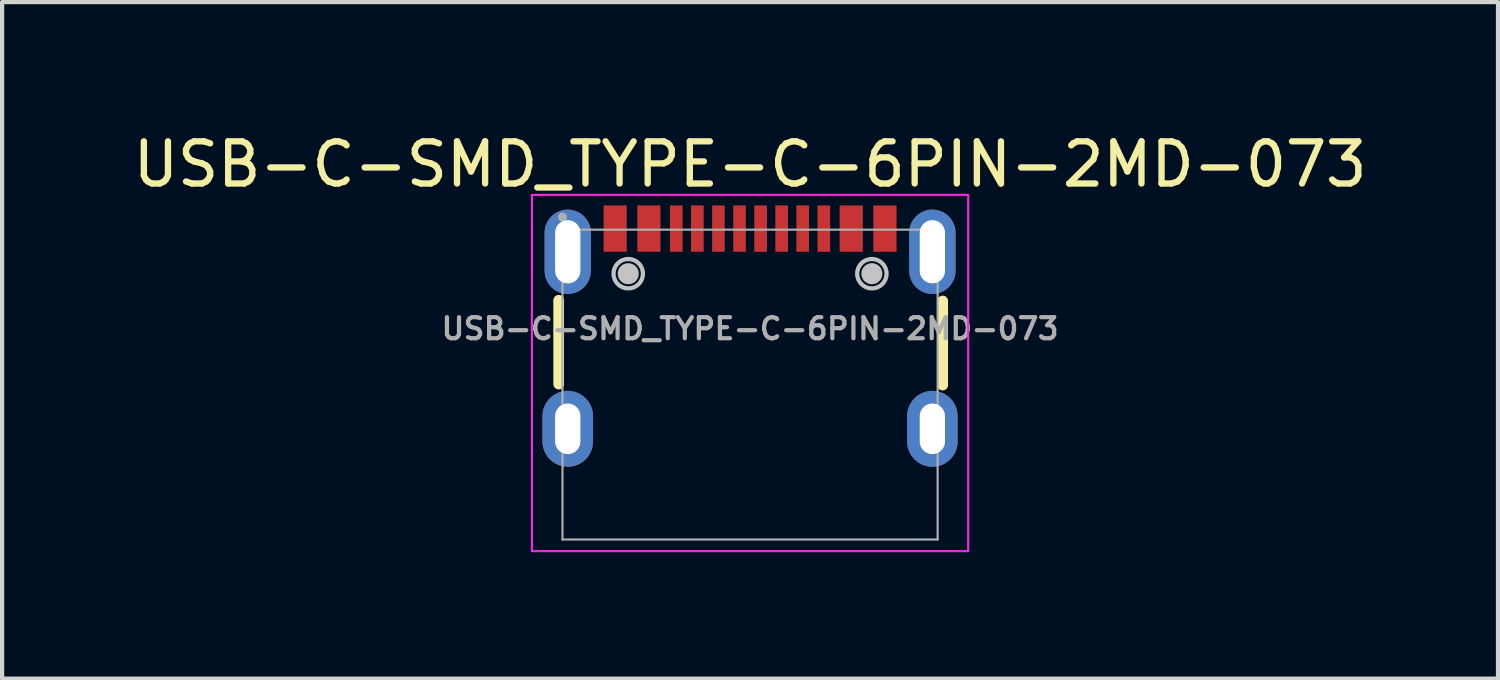
<source format=kicad_pcb>
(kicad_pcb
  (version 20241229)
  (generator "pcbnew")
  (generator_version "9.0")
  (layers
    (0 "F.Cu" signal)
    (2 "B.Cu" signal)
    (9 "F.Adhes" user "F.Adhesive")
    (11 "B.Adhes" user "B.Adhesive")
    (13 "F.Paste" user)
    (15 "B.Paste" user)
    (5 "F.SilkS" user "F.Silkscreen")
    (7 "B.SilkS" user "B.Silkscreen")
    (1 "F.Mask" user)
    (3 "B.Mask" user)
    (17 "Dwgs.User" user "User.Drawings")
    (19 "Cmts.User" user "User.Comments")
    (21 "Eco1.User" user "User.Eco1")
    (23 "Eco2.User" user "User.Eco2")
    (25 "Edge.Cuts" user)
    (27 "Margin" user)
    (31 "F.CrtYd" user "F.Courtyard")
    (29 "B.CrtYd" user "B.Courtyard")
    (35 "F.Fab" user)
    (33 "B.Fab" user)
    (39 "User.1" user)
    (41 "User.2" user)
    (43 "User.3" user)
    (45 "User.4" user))
  (footprint "USB-C-SMD_TYPE-C-6PIN-2MD-073"
    (layer "F.Cu")
    (at 14.744 4.748)
    (property "Reference" "USB-C-SMD_TYPE-C-6PIN-2MD-073" (at 0 -3.9 0) (layer "F.SilkS") (effects (font (size 1 1) (thickness 0.15))))
    (fp_line (start -4.54 1.314) (end -4.54 -0.674) (stroke (width 0.254) (type default)) (layer "F.SilkS"))
    (fp_line (start 4.57 1.337) (end 4.57 -0.657) (stroke (width 0.254) (type default)) (layer "F.SilkS"))
    (fp_poly (pts (xy -3.5 -2.925) (xy -3.5 -1.825) (xy -2.9 -1.825) (xy -2.9 -2.925)) (stroke (width 0) (type default)) (fill yes) (layer "F.Paste"))
    (fp_poly (pts (xy -2.7 -2.925) (xy -2.7 -1.825) (xy -2.1 -1.825) (xy -2.1 -2.925)) (stroke (width 0) (type default)) (fill yes) (layer "F.Paste"))
    (fp_poly (pts (xy -1.6 -1.825) (xy -1.6 -2.925) (xy -1.9 -2.925) (xy -1.9 -1.825)) (stroke (width 0) (type default)) (fill yes) (layer "F.Paste"))
    (fp_poly (pts (xy -1.1 -1.825) (xy -1.1 -2.925) (xy -1.4 -2.925) (xy -1.4 -1.825)) (stroke (width 0) (type default)) (fill yes) (layer "F.Paste"))
    (fp_poly (pts (xy -0.6 -1.825) (xy -0.6 -2.925) (xy -0.9 -2.925) (xy -0.9 -1.825)) (stroke (width 0) (type default)) (fill yes) (layer "F.Paste"))
    (fp_poly (pts (xy -0.1 -1.825) (xy -0.1 -2.925) (xy -0.4 -2.925) (xy -0.4 -1.825)) (stroke (width 0) (type default)) (fill yes) (layer "F.Paste"))
    (fp_poly (pts (xy 0.4 -1.825) (xy 0.4 -2.925) (xy 0.1 -2.925) (xy 0.1 -1.825)) (stroke (width 0) (type default)) (fill yes) (layer "F.Paste"))
    (fp_poly (pts (xy 0.9 -1.825) (xy 0.9 -2.925) (xy 0.6 -2.925) (xy 0.6 -1.825)) (stroke (width 0) (type default)) (fill yes) (layer "F.Paste"))
    (fp_poly (pts (xy 1.4 -1.825) (xy 1.4 -2.925) (xy 1.1 -2.925) (xy 1.1 -1.825)) (stroke (width 0) (type default)) (fill yes) (layer "F.Paste"))
    (fp_poly (pts (xy 1.6 -2.925) (xy 1.6 -1.825) (xy 1.9 -1.825) (xy 1.9 -2.925)) (stroke (width 0) (type default)) (fill yes) (layer "F.Paste"))
    (fp_poly (pts (xy 2.1 -2.925) (xy 2.1 -1.825) (xy 2.7 -1.825) (xy 2.7 -2.925)) (stroke (width 0) (type default)) (fill yes) (layer "F.Paste"))
    (fp_poly (pts (xy 3.5 -1.825) (xy 3.5 -2.925) (xy 2.9 -2.925) (xy 2.9 -1.825)) (stroke (width 0) (type default)) (fill yes) (layer "F.Paste"))
    (fp_poly (pts (xy -4.34 -2.825) (xy -4.37 -2.824) (xy -4.399 -2.821) (xy -4.429 -2.816) (xy -4.458 -2.81) (xy -4.487 -2.803) (xy -4.516 -2.794) (xy -4.544 -2.784) (xy -4.572 -2.772) (xy -4.598 -2.759) (xy -4.625 -2.744) (xy -4.651 -2.729) (xy -4.675 -2.712) (xy -4.699 -2.694) (xy -4.722 -2.675) (xy -4.744 -2.655) (xy -4.765 -2.633) (xy -4.785 -2.611) (xy -4.803 -2.587) (xy -4.821 -2.563) (xy -4.837 -2.538) (xy -4.852 -2.512) (xy -4.865 -2.486) (xy -4.878 -2.458) (xy -4.889 -2.43) (xy -4.899 -2.402) (xy -4.907 -2.373) (xy -4.913 -2.344) (xy -4.918 -2.314) (xy -4.922 -2.285) (xy -4.924 -2.255) (xy -4.925 -2.225) (xy -4.925 -1.425) (xy -4.924 -1.395) (xy -4.922 -1.365) (xy -4.918 -1.335) (xy -4.913 -1.306) (xy -4.907 -1.277) (xy -4.899 -1.248) (xy -4.889 -1.22) (xy -4.878 -1.192) (xy -4.865 -1.165) (xy -4.852 -1.138) (xy -4.837 -1.113) (xy -4.821 -1.087) (xy -4.803 -1.063) (xy -4.785 -1.04) (xy -4.765 -1.017) (xy -4.744 -0.996) (xy -4.722 -0.976) (xy -4.699 -0.956) (xy -4.675 -0.938) (xy -4.651 -0.921) (xy -4.625 -0.905) (xy -4.598 -0.891) (xy -4.572 -0.878) (xy -4.544 -0.867) (xy -4.516 -0.857) (xy -4.487 -0.848) (xy -4.458 -0.84) (xy -4.429 -0.834) (xy -4.399 -0.83) (xy -4.37 -0.827) (xy -4.34 -0.826) (xy -4.31 -0.826) (xy -4.28 -0.827) (xy -4.25 -0.83) (xy -4.221 -0.834) (xy -4.191 -0.84) (xy -4.162 -0.848) (xy -4.134 -0.857) (xy -4.106 -0.867) (xy -4.078 -0.878) (xy -4.051 -0.891) (xy -4.025 -0.905) (xy -3.999 -0.921) (xy -3.974 -0.938) (xy -3.951 -0.956) (xy -3.928 -0.976) (xy -3.906 -0.996) (xy -3.885 -1.017) (xy -3.865 -1.04) (xy -3.846 -1.063) (xy -3.829 -1.087) (xy -3.813 -1.113) (xy -3.798 -1.138) (xy -3.784 -1.165) (xy -3.772 -1.192) (xy -3.761 -1.22) (xy -3.752 -1.248) (xy -3.744 -1.277) (xy -3.737 -1.306) (xy -3.732 -1.335) (xy -3.728 -1.365) (xy -3.725 -1.395) (xy -3.725 -1.425) (xy -3.725 -2.225) (xy -3.725 -2.255) (xy -3.728 -2.285) (xy -3.732 -2.314) (xy -3.737 -2.344) (xy -3.744 -2.373) (xy -3.752 -2.402) (xy -3.761 -2.43) (xy -3.772 -2.458) (xy -3.784 -2.486) (xy -3.798 -2.512) (xy -3.813 -2.538) (xy -3.829 -2.563) (xy -3.846 -2.587) (xy -3.865 -2.611) (xy -3.885 -2.633) (xy -3.906 -2.655) (xy -3.928 -2.675) (xy -3.951 -2.694) (xy -3.974 -2.712) (xy -3.999 -2.729) (xy -4.025 -2.744) (xy -4.051 -2.759) (xy -4.078 -2.772) (xy -4.106 -2.784) (xy -4.134 -2.794) (xy -4.162 -2.803) (xy -4.191 -2.81) (xy -4.221 -2.816) (xy -4.25 -2.821) (xy -4.28 -2.824) (xy -4.31 -2.825)) (stroke (width 0) (type default)) (fill yes) (layer "F.Paste"))
    (fp_poly (pts (xy -4.28 1.627) (xy -4.31 1.625) (xy -4.34 1.625) (xy -4.37 1.627) (xy -4.399 1.629) (xy -4.429 1.634) (xy -4.458 1.64) (xy -4.487 1.647) (xy -4.516 1.657) (xy -4.544 1.667) (xy -4.572 1.678) (xy -4.598 1.691) (xy -4.625 1.706) (xy -4.651 1.721) (xy -4.675 1.738) (xy -4.699 1.756) (xy -4.722 1.775) (xy -4.744 1.796) (xy -4.765 1.817) (xy -4.785 1.839) (xy -4.803 1.863) (xy -4.821 1.887) (xy -4.837 1.912) (xy -4.852 1.938) (xy -4.865 1.964) (xy -4.878 1.992) (xy -4.889 2.02) (xy -4.899 2.048) (xy -4.907 2.077) (xy -4.913 2.106) (xy -4.918 2.135) (xy -4.922 2.166) (xy -4.924 2.195) (xy -4.925 2.225) (xy -4.925 2.525) (xy -4.924 2.555) (xy -4.922 2.585) (xy -4.918 2.615) (xy -4.913 2.644) (xy -4.907 2.673) (xy -4.899 2.702) (xy -4.889 2.73) (xy -4.878 2.758) (xy -4.865 2.785) (xy -4.852 2.812) (xy -4.837 2.838) (xy -4.821 2.863) (xy -4.803 2.888) (xy -4.785 2.91) (xy -4.765 2.933) (xy -4.744 2.954) (xy -4.722 2.975) (xy -4.699 2.994) (xy -4.675 3.012) (xy -4.651 3.029) (xy -4.625 3.045) (xy -4.598 3.059) (xy -4.572 3.072) (xy -4.544 3.083) (xy -4.516 3.094) (xy -4.487 3.103) (xy -4.458 3.11) (xy -4.429 3.116) (xy -4.399 3.12) (xy -4.37 3.123) (xy -4.34 3.125) (xy -4.31 3.125) (xy -4.28 3.123) (xy -4.25 3.12) (xy -4.221 3.116) (xy -4.191 3.11) (xy -4.162 3.103) (xy -4.134 3.094) (xy -4.106 3.083) (xy -4.078 3.072) (xy -4.051 3.059) (xy -4.025 3.045) (xy -3.999 3.029) (xy -3.974 3.012) (xy -3.951 2.994) (xy -3.928 2.975) (xy -3.906 2.954) (xy -3.885 2.933) (xy -3.865 2.91) (xy -3.846 2.888) (xy -3.829 2.863) (xy -3.813 2.838) (xy -3.798 2.812) (xy -3.784 2.785) (xy -3.772 2.758) (xy -3.761 2.73) (xy -3.752 2.702) (xy -3.744 2.673) (xy -3.737 2.644) (xy -3.732 2.615) (xy -3.728 2.585) (xy -3.725 2.555) (xy -3.725 2.525) (xy -3.725 2.225) (xy -3.725 2.195) (xy -3.728 2.166) (xy -3.732 2.135) (xy -3.737 2.106) (xy -3.744 2.077) (xy -3.752 2.048) (xy -3.761 2.02) (xy -3.772 1.992) (xy -3.784 1.964) (xy -3.798 1.938) (xy -3.813 1.912) (xy -3.829 1.887) (xy -3.846 1.863) (xy -3.865 1.839) (xy -3.885 1.817) (xy -3.906 1.796) (xy -3.928 1.775) (xy -3.951 1.756) (xy -3.974 1.738) (xy -3.999 1.721) (xy -4.025 1.706) (xy -4.051 1.691) (xy -4.078 1.678) (xy -4.106 1.667) (xy -4.134 1.657) (xy -4.162 1.647) (xy -4.191 1.64) (xy -4.221 1.634) (xy -4.25 1.629)) (stroke (width 0) (type default)) (fill yes) (layer "F.Paste"))
    (fp_poly (pts (xy 4.31 1.625) (xy 4.28 1.627) (xy 4.25 1.629) (xy 4.221 1.634) (xy 4.191 1.64) (xy 4.162 1.647) (xy 4.134 1.657) (xy 4.106 1.667) (xy 4.078 1.678) (xy 4.051 1.691) (xy 4.025 1.706) (xy 3.999 1.721) (xy 3.974 1.738) (xy 3.951 1.756) (xy 3.928 1.775) (xy 3.906 1.796) (xy 3.885 1.817) (xy 3.865 1.839) (xy 3.846 1.863) (xy 3.829 1.887) (xy 3.813 1.912) (xy 3.798 1.938) (xy 3.784 1.964) (xy 3.772 1.992) (xy 3.761 2.02) (xy 3.752 2.048) (xy 3.744 2.077) (xy 3.737 2.106) (xy 3.732 2.135) (xy 3.728 2.166) (xy 3.725 2.195) (xy 3.725 2.225) (xy 3.725 2.525) (xy 3.725 2.555) (xy 3.728 2.585) (xy 3.732 2.615) (xy 3.737 2.644) (xy 3.744 2.673) (xy 3.752 2.702) (xy 3.761 2.73) (xy 3.772 2.758) (xy 3.784 2.785) (xy 3.798 2.812) (xy 3.813 2.838) (xy 3.829 2.863) (xy 3.846 2.888) (xy 3.865 2.91) (xy 3.885 2.933) (xy 3.906 2.954) (xy 3.928 2.975) (xy 3.951 2.994) (xy 3.974 3.012) (xy 3.999 3.029) (xy 4.025 3.045) (xy 4.051 3.059) (xy 4.078 3.072) (xy 4.106 3.083) (xy 4.134 3.094) (xy 4.162 3.103) (xy 4.191 3.11) (xy 4.221 3.116) (xy 4.25 3.12) (xy 4.28 3.123) (xy 4.31 3.125) (xy 4.34 3.125) (xy 4.37 3.123) (xy 4.399 3.12) (xy 4.429 3.116) (xy 4.458 3.11) (xy 4.487 3.103) (xy 4.516 3.094) (xy 4.544 3.083) (xy 4.572 3.072) (xy 4.598 3.059) (xy 4.625 3.045) (xy 4.651 3.029) (xy 4.675 3.012) (xy 4.699 2.994) (xy 4.722 2.975) (xy 4.744 2.954) (xy 4.765 2.933) (xy 4.785 2.91) (xy 4.803 2.888) (xy 4.821 2.863) (xy 4.837 2.838) (xy 4.852 2.812) (xy 4.865 2.785) (xy 4.878 2.758) (xy 4.889 2.73) (xy 4.899 2.702) (xy 4.907 2.673) (xy 4.913 2.644) (xy 4.918 2.615) (xy 4.922 2.585) (xy 4.924 2.555) (xy 4.925 2.525) (xy 4.925 2.225) (xy 4.924 2.195) (xy 4.922 2.166) (xy 4.918 2.135) (xy 4.913 2.106) (xy 4.907 2.077) (xy 4.899 2.048) (xy 4.889 2.02) (xy 4.878 1.992) (xy 4.865 1.964) (xy 4.852 1.938) (xy 4.837 1.912) (xy 4.821 1.887) (xy 4.803 1.863) (xy 4.785 1.839) (xy 4.765 1.817) (xy 4.744 1.796) (xy 4.722 1.775) (xy 4.699 1.756) (xy 4.675 1.738) (xy 4.651 1.721) (xy 4.625 1.706) (xy 4.598 1.691) (xy 4.572 1.678) (xy 4.544 1.667) (xy 4.516 1.657) (xy 4.487 1.647) (xy 4.458 1.64) (xy 4.429 1.634) (xy 4.399 1.629) (xy 4.37 1.627) (xy 4.34 1.625)) (stroke (width 0) (type default)) (fill yes) (layer "F.Paste"))
    (fp_poly (pts (xy 4.37 -2.824) (xy 4.34 -2.825) (xy 4.31 -2.825) (xy 4.28 -2.824) (xy 4.25 -2.821) (xy 4.221 -2.816) (xy 4.191 -2.81) (xy 4.162 -2.803) (xy 4.134 -2.794) (xy 4.106 -2.784) (xy 4.078 -2.772) (xy 4.051 -2.759) (xy 4.025 -2.744) (xy 3.999 -2.729) (xy 3.974 -2.712) (xy 3.951 -2.694) (xy 3.928 -2.675) (xy 3.906 -2.655) (xy 3.885 -2.633) (xy 3.865 -2.611) (xy 3.846 -2.587) (xy 3.829 -2.563) (xy 3.813 -2.538) (xy 3.798 -2.512) (xy 3.784 -2.486) (xy 3.772 -2.458) (xy 3.761 -2.43) (xy 3.752 -2.402) (xy 3.744 -2.373) (xy 3.737 -2.344) (xy 3.732 -2.314) (xy 3.728 -2.285) (xy 3.725 -2.255) (xy 3.725 -2.225) (xy 3.725 -1.425) (xy 3.725 -1.395) (xy 3.728 -1.365) (xy 3.732 -1.335) (xy 3.737 -1.306) (xy 3.744 -1.277) (xy 3.752 -1.248) (xy 3.761 -1.22) (xy 3.772 -1.192) (xy 3.784 -1.165) (xy 3.798 -1.138) (xy 3.813 -1.113) (xy 3.829 -1.087) (xy 3.846 -1.063) (xy 3.865 -1.04) (xy 3.885 -1.017) (xy 3.906 -0.996) (xy 3.928 -0.976) (xy 3.951 -0.956) (xy 3.974 -0.938) (xy 3.999 -0.921) (xy 4.025 -0.905) (xy 4.051 -0.891) (xy 4.078 -0.878) (xy 4.106 -0.867) (xy 4.134 -0.857) (xy 4.162 -0.848) (xy 4.191 -0.84) (xy 4.221 -0.834) (xy 4.25 -0.83) (xy 4.28 -0.827) (xy 4.31 -0.826) (xy 4.34 -0.826) (xy 4.37 -0.827) (xy 4.399 -0.83) (xy 4.429 -0.834) (xy 4.458 -0.84) (xy 4.487 -0.848) (xy 4.516 -0.857) (xy 4.544 -0.867) (xy 4.572 -0.878) (xy 4.598 -0.891) (xy 4.625 -0.905) (xy 4.651 -0.921) (xy 4.675 -0.938) (xy 4.699 -0.956) (xy 4.722 -0.976) (xy 4.744 -0.996) (xy 4.765 -1.017) (xy 4.785 -1.04) (xy 4.803 -1.063) (xy 4.821 -1.087) (xy 4.837 -1.113) (xy 4.852 -1.138) (xy 4.865 -1.165) (xy 4.878 -1.192) (xy 4.889 -1.22) (xy 4.899 -1.248) (xy 4.907 -1.277) (xy 4.913 -1.306) (xy 4.918 -1.335) (xy 4.922 -1.365) (xy 4.924 -1.395) (xy 4.925 -1.425) (xy 4.925 -2.225) (xy 4.924 -2.255) (xy 4.922 -2.285) (xy 4.918 -2.314) (xy 4.913 -2.344) (xy 4.907 -2.373) (xy 4.899 -2.402) (xy 4.889 -2.43) (xy 4.878 -2.458) (xy 4.865 -2.486) (xy 4.852 -2.512) (xy 4.837 -2.538) (xy 4.821 -2.563) (xy 4.803 -2.587) (xy 4.785 -2.611) (xy 4.765 -2.633) (xy 4.744 -2.655) (xy 4.722 -2.675) (xy 4.699 -2.694) (xy 4.675 -2.712) (xy 4.651 -2.729) (xy 4.625 -2.744) (xy 4.598 -2.759) (xy 4.572 -2.772) (xy 4.544 -2.784) (xy 4.516 -2.794) (xy 4.487 -2.803) (xy 4.458 -2.81) (xy 4.429 -2.816) (xy 4.399 -2.821)) (stroke (width 0) (type default)) (fill yes) (layer "F.Paste"))
    (fp_circle (center -2.89 -1.305) (end -2.765 -1.305) (stroke (width 0.25) (type default)) (fill no) (layer "Dwgs.User"))
    (fp_circle (center 2.89 -1.305) (end 3.015 -1.305) (stroke (width 0.25) (type default)) (fill no) (layer "Dwgs.User"))
    (fp_poly (pts (xy -2.543 -1.351) (xy -2.567 -1.439) (xy -2.612 -1.518) (xy -2.677 -1.583) (xy -2.756 -1.628) (xy -2.844 -1.652) (xy -2.936 -1.652) (xy -3.024 -1.628) (xy -3.103 -1.583) (xy -3.168 -1.518) (xy -3.213 -1.439) (xy -3.237 -1.351) (xy -3.237 -1.259) (xy -3.213 -1.171) (xy -3.168 -1.092) (xy -3.103 -1.027) (xy -3.024 -0.982) (xy -2.936 -0.958) (xy -2.844 -0.958) (xy -2.756 -0.982) (xy -2.677 -1.027) (xy -2.612 -1.092) (xy -2.567 -1.171) (xy -2.543 -1.259)) (stroke (width 0.1) (type solid)) (fill no) (layer "Dwgs.User"))
    (fp_poly (pts (xy 3.237 -1.351) (xy 3.213 -1.439) (xy 3.168 -1.518) (xy 3.103 -1.583) (xy 3.024 -1.628) (xy 2.936 -1.652) (xy 2.844 -1.652) (xy 2.756 -1.628) (xy 2.677 -1.583) (xy 2.612 -1.518) (xy 2.567 -1.439) (xy 2.543 -1.351) (xy 2.543 -1.259) (xy 2.567 -1.171) (xy 2.612 -1.092) (xy 2.677 -1.027) (xy 2.756 -0.982) (xy 2.844 -0.958) (xy 2.936 -0.958) (xy 3.024 -0.982) (xy 3.103 -1.027) (xy 3.168 -1.092) (xy 3.213 -1.171) (xy 3.237 -1.259)) (stroke (width 0.1) (type solid)) (fill no) (layer "Dwgs.User"))
    (fp_rect (start -5.175 -3.175) (end 5.175 5.277) (stroke (width 0.05) (type default)) (fill no) (layer "F.CrtYd"))
    (fp_line (start -4.45 -2.349) (end 4.45 -2.349) (stroke (width 0.051) (type default)) (layer "F.Fab"))
    (fp_line (start -4.45 5.001) (end -4.45 -2.349) (stroke (width 0.051) (type default)) (layer "F.Fab"))
    (fp_line (start 4.45 -2.349) (end 4.45 5.001) (stroke (width 0.051) (type default)) (layer "F.Fab"))
    (fp_line (start 4.45 5.001) (end -4.45 5.001) (stroke (width 0.051) (type default)) (layer "F.Fab"))
    (fp_poly (pts (xy -4.395 -2.672) (xy -4.427 -2.704) (xy -4.473 -2.704) (xy -4.505 -2.672) (xy -4.505 -2.626) (xy -4.473 -2.594) (xy -4.427 -2.594) (xy -4.395 -2.626)) (stroke (width 0.1) (type default)) (fill no) (layer "F.Fab"))
    (fp_poly (pts (xy -4.45 -2.349) (xy -4.2 -2.349) (xy -4.2 -1.249) (xy -4.45 -1.249)) (stroke (width 0.1) (type default)) (fill no) (layer "User.1"))
    (fp_poly (pts (xy -4.45 2.025) (xy -4.2 2.025) (xy -4.2 2.725) (xy -4.45 2.725)) (stroke (width 0.1) (type default)) (fill no) (layer "User.1"))
    (fp_poly (pts (xy -3.4 -2.649) (xy -3 -2.649) (xy -3 -1.799) (xy -3.4 -1.799)) (stroke (width 0.1) (type default)) (fill no) (layer "User.1"))
    (fp_poly (pts (xy -2.6 -2.649) (xy -2.2 -2.649) (xy -2.2 -1.799) (xy -2.6 -1.799)) (stroke (width 0.1) (type default)) (fill no) (layer "User.1"))
    (fp_poly (pts (xy -1.85 -2.649) (xy -1.65 -2.649) (xy -1.65 -1.799) (xy -1.85 -1.799)) (stroke (width 0.1) (type default)) (fill no) (layer "User.1"))
    (fp_poly (pts (xy -1.35 -2.649) (xy -1.15 -2.649) (xy -1.15 -1.799) (xy -1.35 -1.799)) (stroke (width 0.1) (type default)) (fill no) (layer "User.1"))
    (fp_poly (pts (xy -0.85 -2.649) (xy -0.65 -2.649) (xy -0.65 -1.799) (xy -0.85 -1.799)) (stroke (width 0.1) (type default)) (fill no) (layer "User.1"))
    (fp_poly (pts (xy -0.35 -2.649) (xy -0.15 -2.649) (xy -0.15 -1.799) (xy -0.35 -1.799)) (stroke (width 0.1) (type default)) (fill no) (layer "User.1"))
    (fp_poly (pts (xy 0.15 -2.649) (xy 0.35 -2.649) (xy 0.35 -1.799) (xy 0.15 -1.799)) (stroke (width 0.1) (type default)) (fill no) (layer "User.1"))
    (fp_poly (pts (xy 0.65 -2.649) (xy 0.85 -2.649) (xy 0.85 -1.799) (xy 0.65 -1.799)) (stroke (width 0.1) (type default)) (fill no) (layer "User.1"))
    (fp_poly (pts (xy 1.15 -2.649) (xy 1.35 -2.649) (xy 1.35 -1.799) (xy 1.15 -1.799)) (stroke (width 0.1) (type default)) (fill no) (layer "User.1"))
    (fp_poly (pts (xy 1.65 -2.649) (xy 1.85 -2.649) (xy 1.85 -1.799) (xy 1.65 -1.799)) (stroke (width 0.1) (type default)) (fill no) (layer "User.1"))
    (fp_poly (pts (xy 2.2 -2.649) (xy 2.6 -2.649) (xy 2.6 -1.799) (xy 2.2 -1.799)) (stroke (width 0.1) (type default)) (fill no) (layer "User.1"))
    (fp_poly (pts (xy 3 -2.649) (xy 3.4 -2.649) (xy 3.4 -1.799) (xy 3 -1.799)) (stroke (width 0.1) (type default)) (fill no) (layer "User.1"))
    (fp_poly (pts (xy 4.2 -2.349) (xy 4.45 -2.349) (xy 4.45 -1.249) (xy 4.2 -1.249)) (stroke (width 0.1) (type default)) (fill no) (layer "User.1"))
    (fp_poly (pts (xy 4.2 2.025) (xy 4.45 2.025) (xy 4.45 2.725) (xy 4.2 2.725)) (stroke (width 0.1) (type default)) (fill no) (layer "User.1"))
    (fp_text user "${REFERENCE}" (at 0 0 0) (layer "F.Fab") (effects (font (size 0.5 0.5) (thickness 0.1))))
    (pad "1" smd rect (at -3.2 -2.375) (size 0.55 1.1) (layers "F.Cu" "F.Mask" "F.Paste"))
    (pad "2" smd rect (at -2.4 -2.375) (size 0.55 1.1) (layers "F.Cu" "F.Mask" "F.Paste"))
    (pad "3" smd rect (at -1.75 -2.375) (size 0.3 1.1) (layers "F.Cu" "F.Mask" "F.Paste"))
    (pad "4" smd rect (at -1.25 -2.375) (size 0.3 1.1) (layers "F.Cu" "F.Mask" "F.Paste"))
    (pad "5" smd rect (at -0.75 -2.375) (size 0.3 1.1) (layers "F.Cu" "F.Mask" "F.Paste"))
    (pad "6" smd rect (at -0.25 -2.375) (size 0.3 1.1) (layers "F.Cu" "F.Mask" "F.Paste"))
    (pad "7" smd rect (at 0.25 -2.375) (size 0.3 1.1) (layers "F.Cu" "F.Mask" "F.Paste"))
    (pad "8" smd rect (at 0.75 -2.375) (size 0.3 1.1) (layers "F.Cu" "F.Mask" "F.Paste"))
    (pad "9" smd rect (at 1.25 -2.375) (size 0.3 1.1) (layers "F.Cu" "F.Mask" "F.Paste"))
    (pad "10" smd rect (at 1.75 -2.375) (size 0.3 1.1) (layers "F.Cu" "F.Mask" "F.Paste"))
    (pad "11" smd rect (at 2.4 -2.375) (size 0.55 1.1) (layers "F.Cu" "F.Mask" "F.Paste"))
    (pad "12" smd rect (at 3.2 -2.375) (size 0.55 1.1) (layers "F.Cu" "F.Mask" "F.Paste"))
    (pad "13" thru_hole oval (at -4.325 -1.825) (size 1.1 2) (drill oval 0.6 1.5) (layers "*.Cu" "*.Mask"))
    (pad "13" thru_hole oval (at -4.325 2.375) (size 1.2 1.8) (drill oval 0.6 1.2) (layers "*.Cu" "*.Mask"))
    (pad "14" thru_hole oval (at 4.325 -1.825) (size 1.1 2) (drill oval 0.6 1.5) (layers "*.Cu" "*.Mask"))
    (pad "14" thru_hole oval (at 4.325 2.375) (size 1.2 1.8) (drill oval 0.6 1.2) (layers "*.Cu" "*.Mask")))
  (gr_rect
    (start -3 -3)
    (end 32.488 13.05)
    (stroke (width 0.1) (type default))
    (fill no)
    (layer "Edge.Cuts")))
</source>
